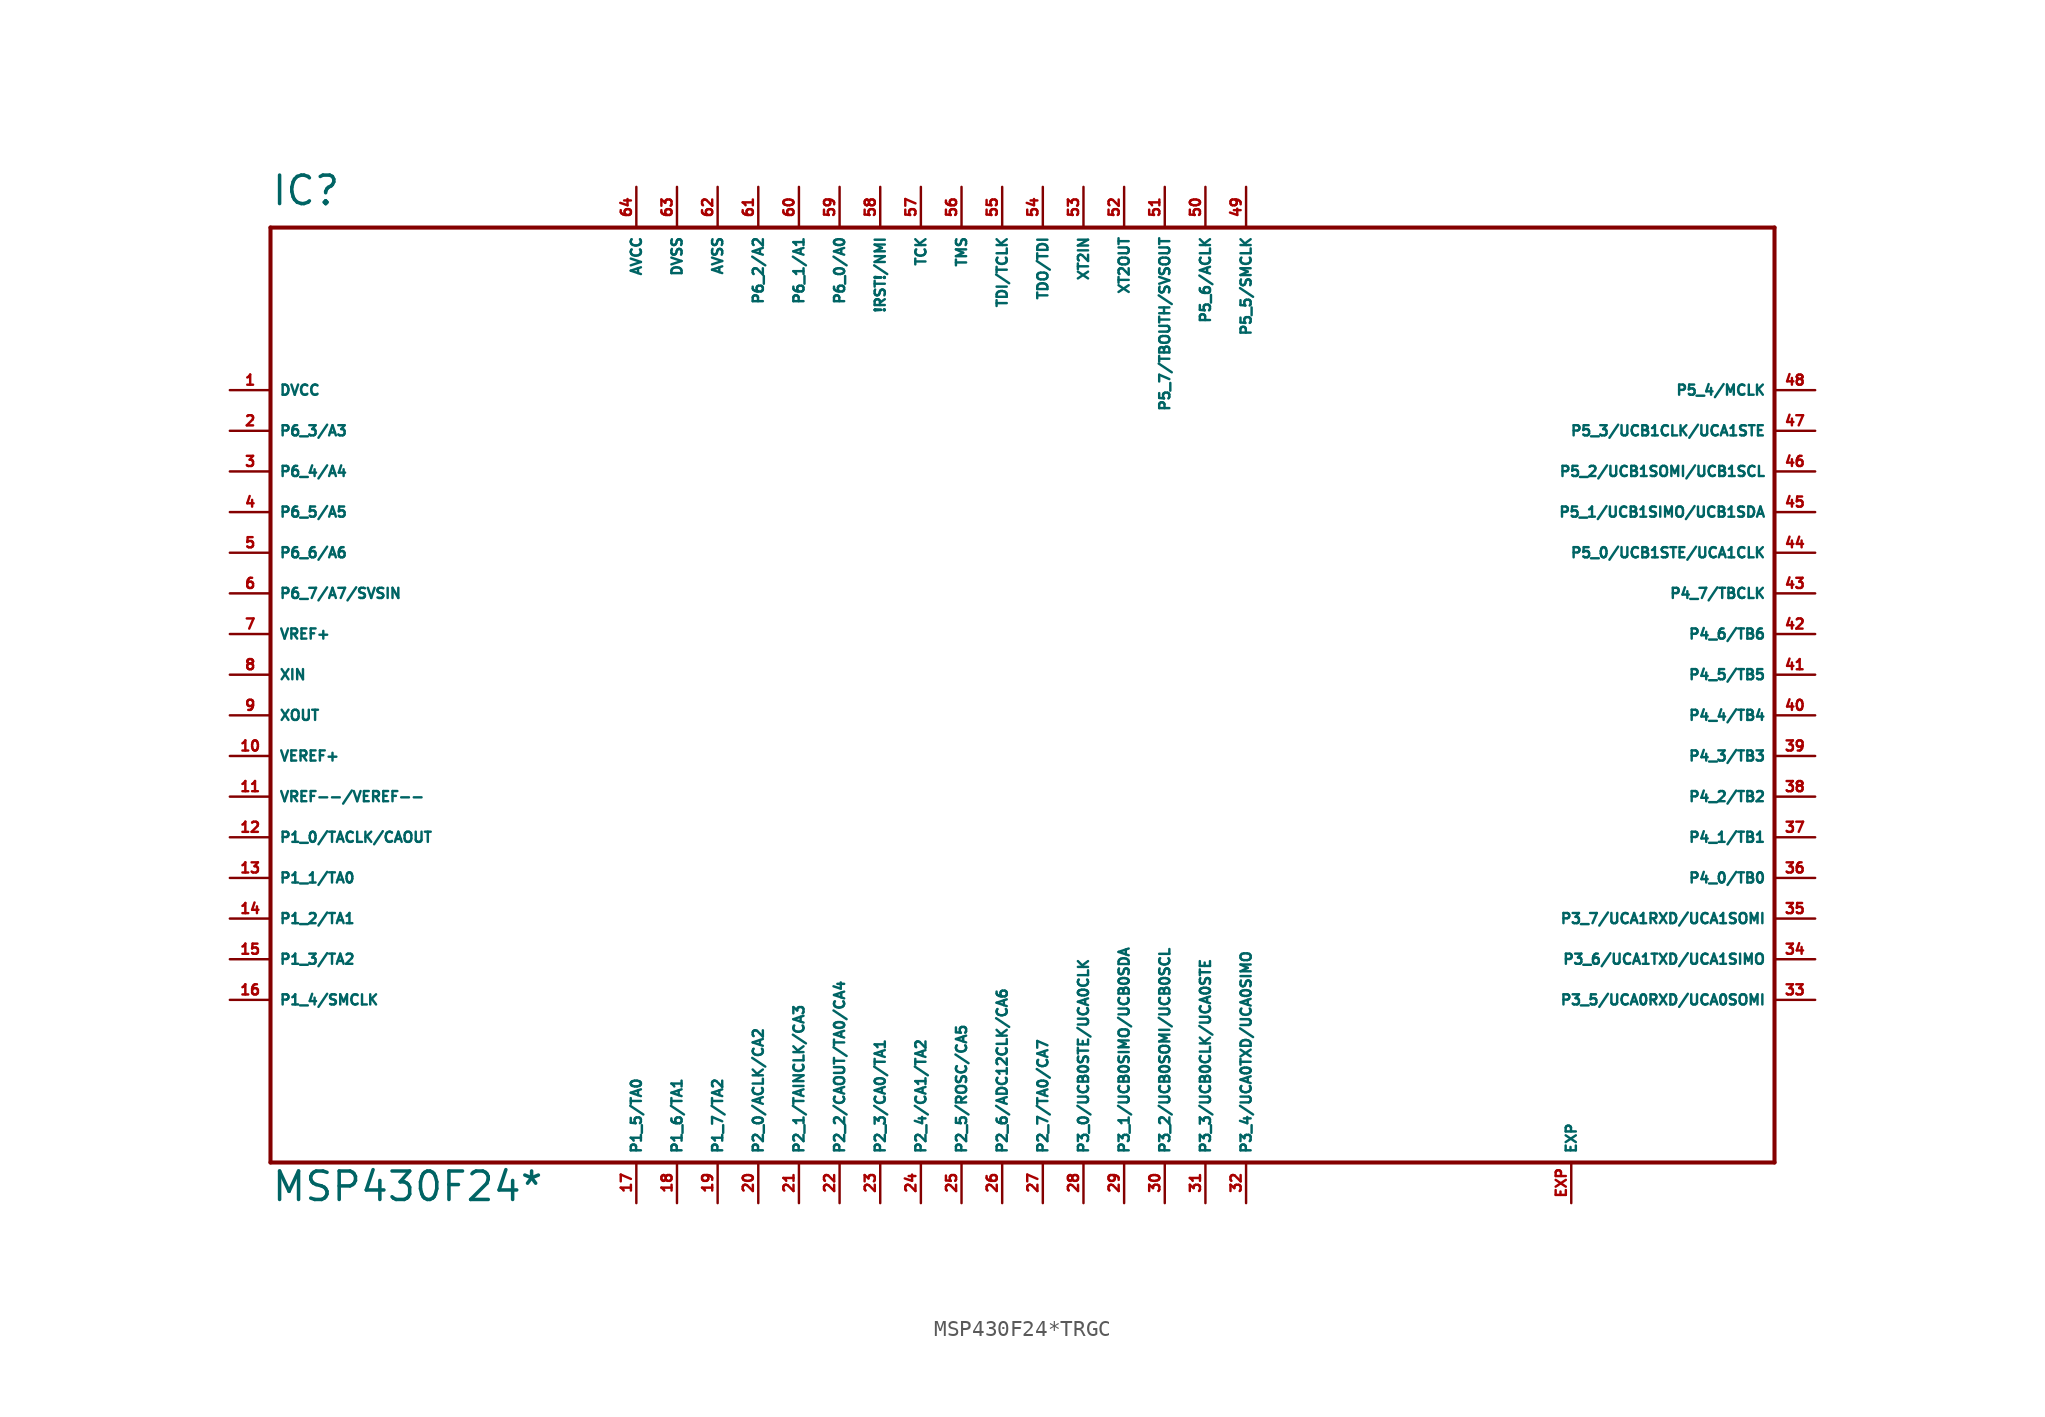
<source format=kicad_sym>
(kicad_symbol_lib
  (version 20220914)
  (generator Eagle2Kicad)
  (symbol "MSP430F24*TRGC"
    (property "Reference" "IC"
      (at -43.18 29.21 0)
      (effects (font (size 1.778 1.778) (thickness 0.22)) (justify left bottom)))
    (property "Value" "MSP430F24*"
      (at -43.18 -33.02 0)
      (effects (font (size 1.778 1.778) (thickness 0.22)) (justify left bottom)))
    (polyline
      (pts (xy -43.18 -30.48) (xy 50.8 -30.48))
      (stroke (width 0.254) (type default))
      (fill (type none)))
    (polyline
      (pts (xy 50.8 -30.48) (xy 50.8 27.94))
      (stroke (width 0.254) (type default))
      (fill (type none)))
    (polyline
      (pts (xy 50.8 27.94) (xy -43.18 27.94))
      (stroke (width 0.254) (type default))
      (fill (type none)))
    (polyline
      (pts (xy -43.18 27.94) (xy -43.18 -30.48))
      (stroke (width 0.254) (type default))
      (fill (type none)))
    (pin unspecified line
      (at -45.72 17.78 0)
      (length 2.54)
      (name "DVCC" (effects (font (size 0.635 0.635) (thickness 0.08)) (justify left bottom)))
      (number "1" (effects (font (size 0.635 0.635) (thickness 0.08)) (justify left bottom))))
    (pin bidirectional line
      (at -45.72 15.24 0)
      (length 2.54)
      (name "P6_3/A3" (effects (font (size 0.635 0.635) (thickness 0.08)) (justify left bottom)))
      (number "2" (effects (font (size 0.635 0.635) (thickness 0.08)) (justify left bottom))))
    (pin bidirectional line
      (at -45.72 12.7 0)
      (length 2.54)
      (name "P6_4/A4" (effects (font (size 0.635 0.635) (thickness 0.08)) (justify left bottom)))
      (number "3" (effects (font (size 0.635 0.635) (thickness 0.08)) (justify left bottom))))
    (pin bidirectional line
      (at -45.72 10.16 0)
      (length 2.54)
      (name "P6_5/A5" (effects (font (size 0.635 0.635) (thickness 0.08)) (justify left bottom)))
      (number "4" (effects (font (size 0.635 0.635) (thickness 0.08)) (justify left bottom))))
    (pin bidirectional line
      (at -45.72 7.62 0)
      (length 2.54)
      (name "P6_6/A6" (effects (font (size 0.635 0.635) (thickness 0.08)) (justify left bottom)))
      (number "5" (effects (font (size 0.635 0.635) (thickness 0.08)) (justify left bottom))))
    (pin bidirectional line
      (at -45.72 5.08 0)
      (length 2.54)
      (name "P6_7/A7/SVSIN" (effects (font (size 0.635 0.635) (thickness 0.08)) (justify left bottom)))
      (number "6" (effects (font (size 0.635 0.635) (thickness 0.08)) (justify left bottom))))
    (pin output line
      (at -45.72 2.54 0)
      (length 2.54)
      (name "VREF+" (effects (font (size 0.635 0.635) (thickness 0.08)) (justify left bottom)))
      (number "7" (effects (font (size 0.635 0.635) (thickness 0.08)) (justify left bottom))))
    (pin input line
      (at -45.72 0 0)
      (length 2.54)
      (name "XIN" (effects (font (size 0.635 0.635) (thickness 0.08)) (justify left bottom)))
      (number "8" (effects (font (size 0.635 0.635) (thickness 0.08)) (justify left bottom))))
    (pin output line
      (at -45.72 -2.54 0)
      (length 2.54)
      (name "XOUT" (effects (font (size 0.635 0.635) (thickness 0.08)) (justify left bottom)))
      (number "9" (effects (font (size 0.635 0.635) (thickness 0.08)) (justify left bottom))))
    (pin input line
      (at -45.72 -5.08 0)
      (length 2.54)
      (name "VEREF+" (effects (font (size 0.635 0.635) (thickness 0.08)) (justify left bottom)))
      (number "10" (effects (font (size 0.635 0.635) (thickness 0.08)) (justify left bottom))))
    (pin input line
      (at -45.72 -7.62 0)
      (length 2.54)
      (name "VREF--/VEREF--" (effects (font (size 0.635 0.635) (thickness 0.08)) (justify left bottom)))
      (number "11" (effects (font (size 0.635 0.635) (thickness 0.08)) (justify left bottom))))
    (pin bidirectional line
      (at -45.72 -10.16 0)
      (length 2.54)
      (name "P1_0/TACLK/CAOUT" (effects (font (size 0.635 0.635) (thickness 0.08)) (justify left bottom)))
      (number "12" (effects (font (size 0.635 0.635) (thickness 0.08)) (justify left bottom))))
    (pin bidirectional line
      (at -45.72 -12.7 0)
      (length 2.54)
      (name "P1_1/TA0" (effects (font (size 0.635 0.635) (thickness 0.08)) (justify left bottom)))
      (number "13" (effects (font (size 0.635 0.635) (thickness 0.08)) (justify left bottom))))
    (pin bidirectional line
      (at -45.72 -15.24 0)
      (length 2.54)
      (name "P1_2/TA1" (effects (font (size 0.635 0.635) (thickness 0.08)) (justify left bottom)))
      (number "14" (effects (font (size 0.635 0.635) (thickness 0.08)) (justify left bottom))))
    (pin bidirectional line
      (at -45.72 -17.78 0)
      (length 2.54)
      (name "P1_3/TA2" (effects (font (size 0.635 0.635) (thickness 0.08)) (justify left bottom)))
      (number "15" (effects (font (size 0.635 0.635) (thickness 0.08)) (justify left bottom))))
    (pin bidirectional line
      (at -45.72 -20.32 0)
      (length 2.54)
      (name "P1_4/SMCLK" (effects (font (size 0.635 0.635) (thickness 0.08)) (justify left bottom)))
      (number "16" (effects (font (size 0.635 0.635) (thickness 0.08)) (justify left bottom))))
    (pin bidirectional line
      (at -20.32 -33.02 90)
      (length 2.54)
      (name "P1_5/TA0" (effects (font (size 0.635 0.635) (thickness 0.08)) (justify left bottom)))
      (number "17" (effects (font (size 0.635 0.635) (thickness 0.08)) (justify left bottom))))
    (pin bidirectional line
      (at -17.78 -33.02 90)
      (length 2.54)
      (name "P1_6/TA1" (effects (font (size 0.635 0.635) (thickness 0.08)) (justify left bottom)))
      (number "18" (effects (font (size 0.635 0.635) (thickness 0.08)) (justify left bottom))))
    (pin bidirectional line
      (at -15.24 -33.02 90)
      (length 2.54)
      (name "P1_7/TA2" (effects (font (size 0.635 0.635) (thickness 0.08)) (justify left bottom)))
      (number "19" (effects (font (size 0.635 0.635) (thickness 0.08)) (justify left bottom))))
    (pin bidirectional line
      (at -12.7 -33.02 90)
      (length 2.54)
      (name "P2_0/ACLK/CA2" (effects (font (size 0.635 0.635) (thickness 0.08)) (justify left bottom)))
      (number "20" (effects (font (size 0.635 0.635) (thickness 0.08)) (justify left bottom))))
    (pin bidirectional line
      (at -10.16 -33.02 90)
      (length 2.54)
      (name "P2_1/TAINCLK/CA3" (effects (font (size 0.635 0.635) (thickness 0.08)) (justify left bottom)))
      (number "21" (effects (font (size 0.635 0.635) (thickness 0.08)) (justify left bottom))))
    (pin bidirectional line
      (at -7.62 -33.02 90)
      (length 2.54)
      (name "P2_2/CAOUT/TA0/CA4" (effects (font (size 0.635 0.635) (thickness 0.08)) (justify left bottom)))
      (number "22" (effects (font (size 0.635 0.635) (thickness 0.08)) (justify left bottom))))
    (pin bidirectional line
      (at -5.08 -33.02 90)
      (length 2.54)
      (name "P2_3/CA0/TA1" (effects (font (size 0.635 0.635) (thickness 0.08)) (justify left bottom)))
      (number "23" (effects (font (size 0.635 0.635) (thickness 0.08)) (justify left bottom))))
    (pin bidirectional line
      (at -2.54 -33.02 90)
      (length 2.54)
      (name "P2_4/CA1/TA2" (effects (font (size 0.635 0.635) (thickness 0.08)) (justify left bottom)))
      (number "24" (effects (font (size 0.635 0.635) (thickness 0.08)) (justify left bottom))))
    (pin bidirectional line
      (at 0 -33.02 90)
      (length 2.54)
      (name "P2_5/ROSC/CA5" (effects (font (size 0.635 0.635) (thickness 0.08)) (justify left bottom)))
      (number "25" (effects (font (size 0.635 0.635) (thickness 0.08)) (justify left bottom))))
    (pin bidirectional line
      (at 2.54 -33.02 90)
      (length 2.54)
      (name "P2_6/ADC12CLK/CA6" (effects (font (size 0.635 0.635) (thickness 0.08)) (justify left bottom)))
      (number "26" (effects (font (size 0.635 0.635) (thickness 0.08)) (justify left bottom))))
    (pin bidirectional line
      (at 5.08 -33.02 90)
      (length 2.54)
      (name "P2_7/TA0/CA7" (effects (font (size 0.635 0.635) (thickness 0.08)) (justify left bottom)))
      (number "27" (effects (font (size 0.635 0.635) (thickness 0.08)) (justify left bottom))))
    (pin bidirectional line
      (at 7.62 -33.02 90)
      (length 2.54)
      (name "P3_0/UCB0STE/UCA0CLK" (effects (font (size 0.635 0.635) (thickness 0.08)) (justify left bottom)))
      (number "28" (effects (font (size 0.635 0.635) (thickness 0.08)) (justify left bottom))))
    (pin bidirectional line
      (at 10.16 -33.02 90)
      (length 2.54)
      (name "P3_1/UCB0SIMO/UCB0SDA" (effects (font (size 0.635 0.635) (thickness 0.08)) (justify left bottom)))
      (number "29" (effects (font (size 0.635 0.635) (thickness 0.08)) (justify left bottom))))
    (pin bidirectional line
      (at 12.7 -33.02 90)
      (length 2.54)
      (name "P3_2/UCB0SOMI/UCB0SCL" (effects (font (size 0.635 0.635) (thickness 0.08)) (justify left bottom)))
      (number "30" (effects (font (size 0.635 0.635) (thickness 0.08)) (justify left bottom))))
    (pin bidirectional line
      (at 15.24 -33.02 90)
      (length 2.54)
      (name "P3_3/UCB0CLK/UCA0STE" (effects (font (size 0.635 0.635) (thickness 0.08)) (justify left bottom)))
      (number "31" (effects (font (size 0.635 0.635) (thickness 0.08)) (justify left bottom))))
    (pin bidirectional line
      (at 17.78 -33.02 90)
      (length 2.54)
      (name "P3_4/UCA0TXD/UCA0SIMO" (effects (font (size 0.635 0.635) (thickness 0.08)) (justify left bottom)))
      (number "32" (effects (font (size 0.635 0.635) (thickness 0.08)) (justify left bottom))))
    (pin bidirectional line
      (at 53.34 -20.32 180)
      (length 2.54)
      (name "P3_5/UCA0RXD/UCA0SOMI" (effects (font (size 0.635 0.635) (thickness 0.08)) (justify left bottom)))
      (number "33" (effects (font (size 0.635 0.635) (thickness 0.08)) (justify left bottom))))
    (pin bidirectional line
      (at 53.34 -17.78 180)
      (length 2.54)
      (name "P3_6/UCA1TXD/UCA1SIMO" (effects (font (size 0.635 0.635) (thickness 0.08)) (justify left bottom)))
      (number "34" (effects (font (size 0.635 0.635) (thickness 0.08)) (justify left bottom))))
    (pin bidirectional line
      (at 53.34 -15.24 180)
      (length 2.54)
      (name "P3_7/UCA1RXD/UCA1SOMI" (effects (font (size 0.635 0.635) (thickness 0.08)) (justify left bottom)))
      (number "35" (effects (font (size 0.635 0.635) (thickness 0.08)) (justify left bottom))))
    (pin bidirectional line
      (at 53.34 -12.7 180)
      (length 2.54)
      (name "P4_0/TB0" (effects (font (size 0.635 0.635) (thickness 0.08)) (justify left bottom)))
      (number "36" (effects (font (size 0.635 0.635) (thickness 0.08)) (justify left bottom))))
    (pin bidirectional line
      (at 53.34 -10.16 180)
      (length 2.54)
      (name "P4_1/TB1" (effects (font (size 0.635 0.635) (thickness 0.08)) (justify left bottom)))
      (number "37" (effects (font (size 0.635 0.635) (thickness 0.08)) (justify left bottom))))
    (pin bidirectional line
      (at 53.34 -7.62 180)
      (length 2.54)
      (name "P4_2/TB2" (effects (font (size 0.635 0.635) (thickness 0.08)) (justify left bottom)))
      (number "38" (effects (font (size 0.635 0.635) (thickness 0.08)) (justify left bottom))))
    (pin bidirectional line
      (at 53.34 -5.08 180)
      (length 2.54)
      (name "P4_3/TB3" (effects (font (size 0.635 0.635) (thickness 0.08)) (justify left bottom)))
      (number "39" (effects (font (size 0.635 0.635) (thickness 0.08)) (justify left bottom))))
    (pin bidirectional line
      (at 53.34 -2.54 180)
      (length 2.54)
      (name "P4_4/TB4" (effects (font (size 0.635 0.635) (thickness 0.08)) (justify left bottom)))
      (number "40" (effects (font (size 0.635 0.635) (thickness 0.08)) (justify left bottom))))
    (pin bidirectional line
      (at 53.34 0 180)
      (length 2.54)
      (name "P4_5/TB5" (effects (font (size 0.635 0.635) (thickness 0.08)) (justify left bottom)))
      (number "41" (effects (font (size 0.635 0.635) (thickness 0.08)) (justify left bottom))))
    (pin bidirectional line
      (at 53.34 2.54 180)
      (length 2.54)
      (name "P4_6/TB6" (effects (font (size 0.635 0.635) (thickness 0.08)) (justify left bottom)))
      (number "42" (effects (font (size 0.635 0.635) (thickness 0.08)) (justify left bottom))))
    (pin bidirectional line
      (at 53.34 5.08 180)
      (length 2.54)
      (name "P4_7/TBCLK" (effects (font (size 0.635 0.635) (thickness 0.08)) (justify left bottom)))
      (number "43" (effects (font (size 0.635 0.635) (thickness 0.08)) (justify left bottom))))
    (pin bidirectional line
      (at 53.34 7.62 180)
      (length 2.54)
      (name "P5_0/UCB1STE/UCA1CLK" (effects (font (size 0.635 0.635) (thickness 0.08)) (justify left bottom)))
      (number "44" (effects (font (size 0.635 0.635) (thickness 0.08)) (justify left bottom))))
    (pin bidirectional line
      (at 53.34 10.16 180)
      (length 2.54)
      (name "P5_1/UCB1SIMO/UCB1SDA" (effects (font (size 0.635 0.635) (thickness 0.08)) (justify left bottom)))
      (number "45" (effects (font (size 0.635 0.635) (thickness 0.08)) (justify left bottom))))
    (pin bidirectional line
      (at 53.34 12.7 180)
      (length 2.54)
      (name "P5_2/UCB1SOMI/UCB1SCL" (effects (font (size 0.635 0.635) (thickness 0.08)) (justify left bottom)))
      (number "46" (effects (font (size 0.635 0.635) (thickness 0.08)) (justify left bottom))))
    (pin bidirectional line
      (at 53.34 15.24 180)
      (length 2.54)
      (name "P5_3/UCB1CLK/UCA1STE" (effects (font (size 0.635 0.635) (thickness 0.08)) (justify left bottom)))
      (number "47" (effects (font (size 0.635 0.635) (thickness 0.08)) (justify left bottom))))
    (pin bidirectional line
      (at 53.34 17.78 180)
      (length 2.54)
      (name "P5_4/MCLK" (effects (font (size 0.635 0.635) (thickness 0.08)) (justify left bottom)))
      (number "48" (effects (font (size 0.635 0.635) (thickness 0.08)) (justify left bottom))))
    (pin bidirectional line
      (at 17.78 30.48 270)
      (length 2.54)
      (name "P5_5/SMCLK" (effects (font (size 0.635 0.635) (thickness 0.08)) (justify left bottom)))
      (number "49" (effects (font (size 0.635 0.635) (thickness 0.08)) (justify left bottom))))
    (pin bidirectional line
      (at 15.24 30.48 270)
      (length 2.54)
      (name "P5_6/ACLK" (effects (font (size 0.635 0.635) (thickness 0.08)) (justify left bottom)))
      (number "50" (effects (font (size 0.635 0.635) (thickness 0.08)) (justify left bottom))))
    (pin bidirectional line
      (at 12.7 30.48 270)
      (length 2.54)
      (name "P5_7/TBOUTH/SVSOUT" (effects (font (size 0.635 0.635) (thickness 0.08)) (justify left bottom)))
      (number "51" (effects (font (size 0.635 0.635) (thickness 0.08)) (justify left bottom))))
    (pin output line
      (at 10.16 30.48 270)
      (length 2.54)
      (name "XT2OUT" (effects (font (size 0.635 0.635) (thickness 0.08)) (justify left bottom)))
      (number "52" (effects (font (size 0.635 0.635) (thickness 0.08)) (justify left bottom))))
    (pin input line
      (at 7.62 30.48 270)
      (length 2.54)
      (name "XT2IN" (effects (font (size 0.635 0.635) (thickness 0.08)) (justify left bottom)))
      (number "53" (effects (font (size 0.635 0.635) (thickness 0.08)) (justify left bottom))))
    (pin bidirectional line
      (at 5.08 30.48 270)
      (length 2.54)
      (name "TDO/TDI" (effects (font (size 0.635 0.635) (thickness 0.08)) (justify left bottom)))
      (number "54" (effects (font (size 0.635 0.635) (thickness 0.08)) (justify left bottom))))
    (pin input line
      (at 2.54 30.48 270)
      (length 2.54)
      (name "TDI/TCLK" (effects (font (size 0.635 0.635) (thickness 0.08)) (justify left bottom)))
      (number "55" (effects (font (size 0.635 0.635) (thickness 0.08)) (justify left bottom))))
    (pin input line
      (at 0 30.48 270)
      (length 2.54)
      (name "TMS" (effects (font (size 0.635 0.635) (thickness 0.08)) (justify left bottom)))
      (number "56" (effects (font (size 0.635 0.635) (thickness 0.08)) (justify left bottom))))
    (pin input line
      (at -2.54 30.48 270)
      (length 2.54)
      (name "TCK" (effects (font (size 0.635 0.635) (thickness 0.08)) (justify left bottom)))
      (number "57" (effects (font (size 0.635 0.635) (thickness 0.08)) (justify left bottom))))
    (pin input line
      (at -5.08 30.48 270)
      (length 2.54)
      (name "!RST!/NMI" (effects (font (size 0.635 0.635) (thickness 0.08)) (justify left bottom)))
      (number "58" (effects (font (size 0.635 0.635) (thickness 0.08)) (justify left bottom))))
    (pin bidirectional line
      (at -7.62 30.48 270)
      (length 2.54)
      (name "P6_0/A0" (effects (font (size 0.635 0.635) (thickness 0.08)) (justify left bottom)))
      (number "59" (effects (font (size 0.635 0.635) (thickness 0.08)) (justify left bottom))))
    (pin bidirectional line
      (at -10.16 30.48 270)
      (length 2.54)
      (name "P6_1/A1" (effects (font (size 0.635 0.635) (thickness 0.08)) (justify left bottom)))
      (number "60" (effects (font (size 0.635 0.635) (thickness 0.08)) (justify left bottom))))
    (pin bidirectional line
      (at -12.7 30.48 270)
      (length 2.54)
      (name "P6_2/A2" (effects (font (size 0.635 0.635) (thickness 0.08)) (justify left bottom)))
      (number "61" (effects (font (size 0.635 0.635) (thickness 0.08)) (justify left bottom))))
    (pin unspecified line
      (at -15.24 30.48 270)
      (length 2.54)
      (name "AVSS" (effects (font (size 0.635 0.635) (thickness 0.08)) (justify left bottom)))
      (number "62" (effects (font (size 0.635 0.635) (thickness 0.08)) (justify left bottom))))
    (pin unspecified line
      (at -17.78 30.48 270)
      (length 2.54)
      (name "DVSS" (effects (font (size 0.635 0.635) (thickness 0.08)) (justify left bottom)))
      (number "63" (effects (font (size 0.635 0.635) (thickness 0.08)) (justify left bottom))))
    (pin unspecified line
      (at -20.32 30.48 270)
      (length 2.54)
      (name "AVCC" (effects (font (size 0.635 0.635) (thickness 0.08)) (justify left bottom)))
      (number "64" (effects (font (size 0.635 0.635) (thickness 0.08)) (justify left bottom))))
    (pin passive line
      (at 38.1 -33.02 90)
      (length 2.54)
      (name "EXP" (effects (font (size 0.635 0.635) (thickness 0.08)) (justify left bottom)))
      (number "EXP" (effects (font (size 0.635 0.635) (thickness 0.08)) (justify left bottom))))))
</source>
